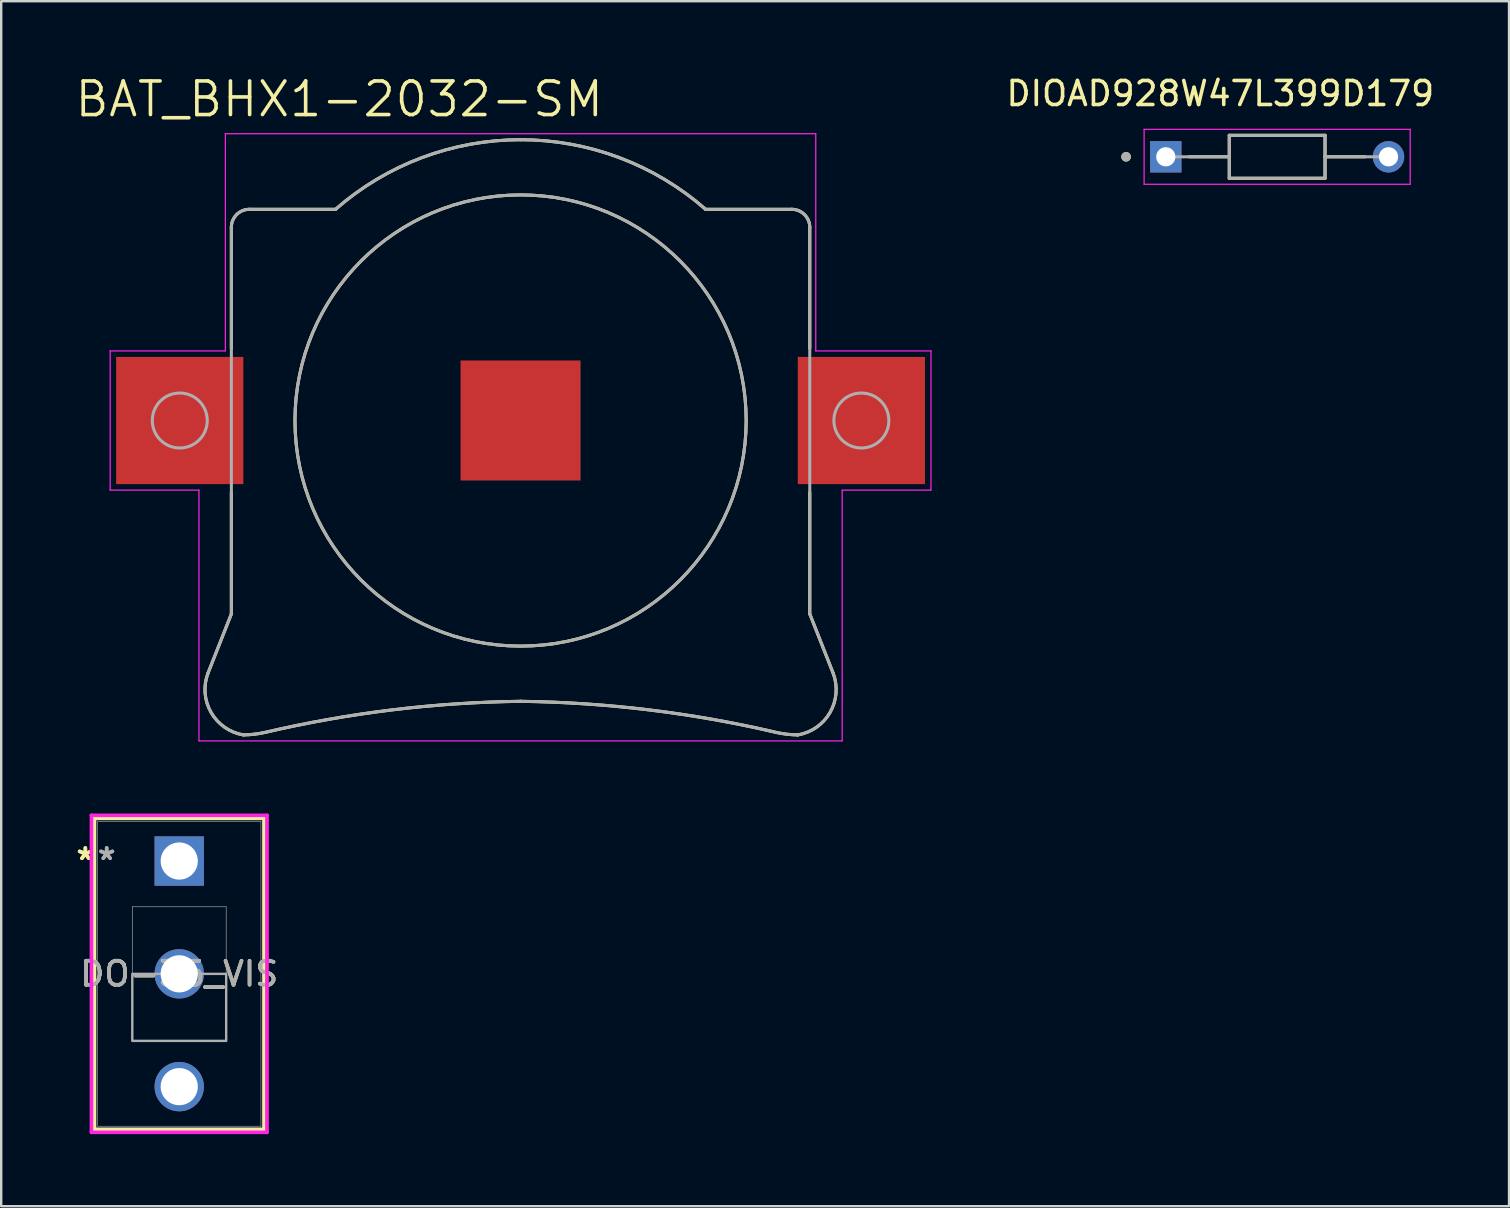
<source format=kicad_pcb>
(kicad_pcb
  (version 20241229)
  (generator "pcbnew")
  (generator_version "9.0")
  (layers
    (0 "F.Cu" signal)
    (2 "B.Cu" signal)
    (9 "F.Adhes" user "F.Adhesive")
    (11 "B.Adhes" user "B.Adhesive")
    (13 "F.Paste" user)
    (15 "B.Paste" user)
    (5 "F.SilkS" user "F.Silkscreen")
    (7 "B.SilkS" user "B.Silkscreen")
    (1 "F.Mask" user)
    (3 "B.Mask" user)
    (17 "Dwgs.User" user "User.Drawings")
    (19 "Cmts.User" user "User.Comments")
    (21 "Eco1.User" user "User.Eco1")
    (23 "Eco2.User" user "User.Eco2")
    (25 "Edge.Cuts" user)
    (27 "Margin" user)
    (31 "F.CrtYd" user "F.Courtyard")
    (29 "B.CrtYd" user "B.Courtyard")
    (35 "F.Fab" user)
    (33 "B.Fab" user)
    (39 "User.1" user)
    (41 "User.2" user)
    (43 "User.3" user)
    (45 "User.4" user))
  (footprint "DO-35_VIS"
    (layer "F.Cu")
    (at 4.418 32.826)
    (property "Reference" "DO-35_VIS" (at 0 4.7 0) (unlocked yes) (layer "F.SilkS") (effects (font (size 1 1) (thickness 0.15))))
    (attr through_hole)
    (fp_line (start -3.531 -1.777) (end -3.531 11.177) (stroke (width 0.152) (type solid)) (layer "F.SilkS"))
    (fp_line (start -3.531 11.177) (end 3.531 11.177) (stroke (width 0.152) (type solid)) (layer "F.SilkS"))
    (fp_line (start 3.531 -1.777) (end -3.531 -1.777) (stroke (width 0.152) (type solid)) (layer "F.SilkS"))
    (fp_line (start 3.531 11.177) (end 3.531 -1.777) (stroke (width 0.152) (type solid)) (layer "F.SilkS"))
    (fp_line (start -3.658 -1.904) (end -3.658 11.304) (stroke (width 0.152) (type solid)) (layer "F.CrtYd"))
    (fp_line (start -3.658 11.304) (end 3.658 11.304) (stroke (width 0.152) (type solid)) (layer "F.CrtYd"))
    (fp_line (start 3.658 -1.904) (end -3.658 -1.904) (stroke (width 0.152) (type solid)) (layer "F.CrtYd"))
    (fp_line (start 3.658 11.304) (end 3.658 -1.904) (stroke (width 0.152) (type solid)) (layer "F.CrtYd"))
    (fp_line (start -3.404 -1.65) (end -3.404 11.05) (stroke (width 0.025) (type solid)) (layer "F.Fab"))
    (fp_line (start -3.404 11.05) (end 3.404 11.05) (stroke (width 0.025) (type solid)) (layer "F.Fab"))
    (fp_line (start -1.956 1.906) (end 1.956 1.906) (stroke (width 0.025) (type solid)) (layer "F.Fab"))
    (fp_line (start -1.956 7.494) (end -1.956 1.906) (stroke (width 0.025) (type solid)) (layer "F.Fab"))
    (fp_line (start 1.956 1.906) (end 1.956 7.494) (stroke (width 0.025) (type solid)) (layer "F.Fab"))
    (fp_line (start 1.956 7.494) (end -1.956 7.494) (stroke (width 0.025) (type solid)) (layer "F.Fab"))
    (fp_line (start 3.404 -1.65) (end -3.404 -1.65) (stroke (width 0.025) (type solid)) (layer "F.Fab"))
    (fp_line (start 3.404 11.05) (end 3.404 -1.65) (stroke (width 0.025) (type solid)) (layer "F.Fab"))
    (fp_poly (pts (xy -1.956 7.494) (xy -1.956 4.7) (xy 1.956 4.7) (xy 1.956 7.494)) (stroke (width 0.1) (type solid)) (fill no) (layer "F.Fab"))
    (fp_text user "*" (at -3.912 0 0) (layer "F.SilkS") (effects (font (size 1 1) (thickness 0.15))))
    (fp_text user "*" (at -3.912 0 0) (unlocked yes) (layer "F.SilkS") (effects (font (size 1 1) (thickness 0.15))))
    (fp_text user "${REFERENCE}" (at 0 4.7 0) (unlocked yes) (layer "F.Fab") (effects (font (size 1 1) (thickness 0.15))))
    (fp_text user "*" (at -3.023 0 0) (unlocked yes) (layer "F.Fab") (effects (font (size 1 1) (thickness 0.15))))
    (fp_text user "*" (at -3.023 0 0) (layer "F.Fab") (effects (font (size 1 1) (thickness 0.15))))
    (pad "1" thru_hole rect (at 0 0) (size 2.057 2.057) (drill 1.549) (layers "*.Cu" "*.Mask"))
    (pad "2" thru_hole circle (at 0 4.7) (size 2.057 2.057) (drill 1.549) (layers "*.Cu" "*.Mask"))
    (pad "3" thru_hole circle (at 0 9.4) (size 2.057 2.057) (drill 1.549) (layers "*.Cu" "*.Mask")))
  (footprint "BAT_BHX1-2032-SM"
    (layer "F.Cu")
    (at 18.64 14.471)
    (property "Reference" "BAT_BHX1-2032-SM" (at -7.555 -13.389 0) (layer "F.SilkS") (effects (font (size 1.4 1.4) (thickness 0.15))))
    (attr smd)
    (fp_line (start -13.029 10.54) (end -12.05 8.058) (stroke (width 0.127) (type solid)) (layer "F.SilkS"))
    (fp_line (start -12.05 -8.05) (end -12.05 -3) (stroke (width 0.127) (type solid)) (layer "F.SilkS"))
    (fp_line (start -12.05 8.058) (end -12.05 3) (stroke (width 0.127) (type solid)) (layer "F.SilkS"))
    (fp_line (start -7.71 -8.8) (end -11.3 -8.8) (stroke (width 0.127) (type solid)) (layer "F.SilkS"))
    (fp_line (start 7.71 -8.8) (end 11.3 -8.8) (stroke (width 0.127) (type solid)) (layer "F.SilkS"))
    (fp_line (start 12.05 -8.05) (end 12.05 -3) (stroke (width 0.127) (type solid)) (layer "F.SilkS"))
    (fp_line (start 12.05 8.058) (end 12.05 3) (stroke (width 0.127) (type solid)) (layer "F.SilkS"))
    (fp_line (start 13.029 10.54) (end 12.05 8.058) (stroke (width 0.127) (type solid)) (layer "F.SilkS"))
    (fp_arc (start -12.05 -8.05) (mid -11.83033 -8.58033) (end -11.3 -8.8) (stroke (width 0.127) (type solid)) (layer "F.SilkS"))
    (fp_arc (start -11.55 13.100001) (mid -12.892744 12.168346) (end -13.0286 10.5397) (stroke (width 0.127) (type solid)) (layer "F.SilkS"))
    (fp_arc (start -10.67 13) (mid -11.107487 13.072111) (end -11.55 13.1) (stroke (width 0.127) (type solid)) (layer "F.SilkS"))
    (fp_arc (start -10.67 13) (mid -5.370379 12.059617) (end 0 11.7) (stroke (width 0.127) (type solid)) (layer "F.SilkS"))
    (fp_arc (start -7.71 -8.8) (mid -4.118548 -10.950673) (end 0 -11.7) (stroke (width 0.127) (type solid)) (layer "F.SilkS"))
    (fp_arc (start 0 -11.7) (mid 4.118749 -10.951208) (end 7.71 -8.8) (stroke (width 0.127) (type solid)) (layer "F.SilkS"))
    (fp_arc (start 0 11.7) (mid 5.370379 12.059617) (end 10.67 13) (stroke (width 0.127) (type solid)) (layer "F.SilkS"))
    (fp_arc (start 11.3 -8.8) (mid 11.83033 -8.58033) (end 12.05 -8.05) (stroke (width 0.127) (type solid)) (layer "F.SilkS"))
    (fp_arc (start 11.55 13.1) (mid 11.107487 13.072111) (end 10.67 13) (stroke (width 0.127) (type solid)) (layer "F.SilkS"))
    (fp_arc (start 13.0286 10.5397) (mid 12.892744 12.168346) (end 11.55 13.100001) (stroke (width 0.127) (type solid)) (layer "F.SilkS"))
    (fp_circle (center 0 0) (end 9.4 0) (stroke (width 0.127) (type solid)) (fill no) (layer "F.SilkS"))
    (fp_line (start -17.1 -2.9) (end -17.1 2.9) (stroke (width 0.05) (type solid)) (layer "F.CrtYd"))
    (fp_line (start -17.1 2.9) (end -13.4 2.9) (stroke (width 0.05) (type solid)) (layer "F.CrtYd"))
    (fp_line (start -13.4 2.9) (end -13.4 13.35) (stroke (width 0.05) (type solid)) (layer "F.CrtYd"))
    (fp_line (start -13.4 13.35) (end 13.4 13.35) (stroke (width 0.05) (type solid)) (layer "F.CrtYd"))
    (fp_line (start -12.3 -11.95) (end -12.3 -2.9) (stroke (width 0.05) (type solid)) (layer "F.CrtYd"))
    (fp_line (start -12.3 -2.9) (end -17.1 -2.9) (stroke (width 0.05) (type solid)) (layer "F.CrtYd"))
    (fp_line (start 12.3 -11.95) (end -12.3 -11.95) (stroke (width 0.05) (type solid)) (layer "F.CrtYd"))
    (fp_line (start 12.3 -2.9) (end 12.3 -11.95) (stroke (width 0.05) (type solid)) (layer "F.CrtYd"))
    (fp_line (start 13.4 2.9) (end 17.1 2.9) (stroke (width 0.05) (type solid)) (layer "F.CrtYd"))
    (fp_line (start 13.4 13.35) (end 13.4 2.9) (stroke (width 0.05) (type solid)) (layer "F.CrtYd"))
    (fp_line (start 17.1 -2.9) (end 12.3 -2.9) (stroke (width 0.05) (type solid)) (layer "F.CrtYd"))
    (fp_line (start 17.1 2.9) (end 17.1 -2.9) (stroke (width 0.05) (type solid)) (layer "F.CrtYd"))
    (fp_line (start -13.029 10.54) (end -12.05 8.058) (stroke (width 0.127) (type solid)) (layer "F.Fab"))
    (fp_line (start -12.05 -8.05) (end -12.05 8.058) (stroke (width 0.127) (type solid)) (layer "F.Fab"))
    (fp_line (start -7.71 -8.8) (end -11.3 -8.8) (stroke (width 0.127) (type solid)) (layer "F.Fab"))
    (fp_line (start 11.3 -8.8) (end 7.71 -8.8) (stroke (width 0.127) (type solid)) (layer "F.Fab"))
    (fp_line (start 12.05 8.058) (end 12.05 -8.05) (stroke (width 0.127) (type solid)) (layer "F.Fab"))
    (fp_line (start 13.029 10.54) (end 12.05 8.058) (stroke (width 0.127) (type solid)) (layer "F.Fab"))
    (fp_arc (start -12.05 -8.05) (mid -11.83033 -8.58033) (end -11.3 -8.8) (stroke (width 0.127) (type solid)) (layer "F.Fab"))
    (fp_arc (start -11.55 13.100001) (mid -12.892744 12.168346) (end -13.0286 10.5397) (stroke (width 0.127) (type solid)) (layer "F.Fab"))
    (fp_arc (start -10.67 13) (mid -11.107487 13.072111) (end -11.55 13.1) (stroke (width 0.127) (type solid)) (layer "F.Fab"))
    (fp_arc (start -10.67 13) (mid -5.370379 12.059617) (end 0 11.7) (stroke (width 0.127) (type solid)) (layer "F.Fab"))
    (fp_arc (start -7.71 -8.8) (mid -4.118614 -10.950849) (end 0 -11.7) (stroke (width 0.127) (type solid)) (layer "F.Fab"))
    (fp_arc (start 0 -11.7) (mid 4.118744 -10.951194) (end 7.71 -8.8) (stroke (width 0.127) (type solid)) (layer "F.Fab"))
    (fp_arc (start 0 11.7) (mid 5.370379 12.059617) (end 10.67 13) (stroke (width 0.127) (type solid)) (layer "F.Fab"))
    (fp_arc (start 11.3 -8.8) (mid 11.83033 -8.58033) (end 12.05 -8.05) (stroke (width 0.127) (type solid)) (layer "F.Fab"))
    (fp_arc (start 11.55 13.1) (mid 11.107487 13.072111) (end 10.67 13) (stroke (width 0.127) (type solid)) (layer "F.Fab"))
    (fp_arc (start 13.0286 10.5397) (mid 12.892744 12.168346) (end 11.55 13.100001) (stroke (width 0.127) (type solid)) (layer "F.Fab"))
    (fp_circle (center -14.2 0) (end -13.055 0) (stroke (width 0.127) (type solid)) (fill no) (layer "F.Fab"))
    (fp_circle (center 0 0) (end 9.4 0) (stroke (width 0.127) (type solid)) (fill no) (layer "F.Fab"))
    (fp_circle (center 14.2 0) (end 15.345 0) (stroke (width 0.127) (type solid)) (fill no) (layer "F.Fab"))
    (pad "-" smd rect (at 0 0) (size 5 5) (layers "F.Cu" "F.Mask"))
    (pad "S+1" smd rect (at -14.2 0) (size 5.3 5.3) (layers "F.Cu" "F.Mask" "F.Paste"))
    (pad "S+2" smd rect (at 14.2 0) (size 5.3 5.3) (layers "F.Cu" "F.Mask" "F.Paste")))
  (footprint "DIOAD928W47L399D179"
    (layer "F.Cu")
    (at 50.164 3.483)
    (property "Reference" "DIOAD928W47L399D179" (at -2.369 -2.635 0) (layer "F.SilkS") (effects (font (size 1 1) (thickness 0.15))))
    (attr through_hole)
    (fp_line (start -1.995 -0.895) (end -1.995 0) (stroke (width 0.127) (type solid)) (layer "F.SilkS"))
    (fp_line (start -1.995 0) (end -3.666 0) (stroke (width 0.127) (type solid)) (layer "F.SilkS"))
    (fp_line (start -1.995 0) (end -1.995 0.895) (stroke (width 0.127) (type solid)) (layer "F.SilkS"))
    (fp_line (start -1.995 0.895) (end 1.995 0.895) (stroke (width 0.127) (type solid)) (layer "F.SilkS"))
    (fp_line (start 1.995 -0.895) (end -1.995 -0.895) (stroke (width 0.127) (type solid)) (layer "F.SilkS"))
    (fp_line (start 1.995 0) (end 1.995 -0.895) (stroke (width 0.127) (type solid)) (layer "F.SilkS"))
    (fp_line (start 1.995 0) (end 3.666 0) (stroke (width 0.127) (type solid)) (layer "F.SilkS"))
    (fp_line (start 1.995 0.895) (end 1.995 0) (stroke (width 0.127) (type solid)) (layer "F.SilkS"))
    (fp_circle (center -6.294 0) (end -6.194 0) (stroke (width 0.2) (type solid)) (fill no) (layer "F.SilkS"))
    (fp_line (start -5.544 -1.145) (end -5.544 1.145) (stroke (width 0.05) (type solid)) (layer "F.CrtYd"))
    (fp_line (start -5.544 1.145) (end 5.544 1.145) (stroke (width 0.05) (type solid)) (layer "F.CrtYd"))
    (fp_line (start 5.544 -1.145) (end -5.544 -1.145) (stroke (width 0.05) (type solid)) (layer "F.CrtYd"))
    (fp_line (start 5.544 1.145) (end 5.544 -1.145) (stroke (width 0.05) (type solid)) (layer "F.CrtYd"))
    (fp_line (start -1.995 -0.895) (end -1.995 0) (stroke (width 0.127) (type solid)) (layer "F.Fab"))
    (fp_line (start -1.995 0) (end -4.64 0) (stroke (width 0.127) (type solid)) (layer "F.Fab"))
    (fp_line (start -1.995 0) (end -1.995 0.895) (stroke (width 0.127) (type solid)) (layer "F.Fab"))
    (fp_line (start -1.995 0.895) (end 1.995 0.895) (stroke (width 0.127) (type solid)) (layer "F.Fab"))
    (fp_line (start 1.995 -0.895) (end -1.995 -0.895) (stroke (width 0.127) (type solid)) (layer "F.Fab"))
    (fp_line (start 1.995 0) (end 1.995 -0.895) (stroke (width 0.127) (type solid)) (layer "F.Fab"))
    (fp_line (start 1.995 0) (end 4.64 0) (stroke (width 0.127) (type solid)) (layer "F.Fab"))
    (fp_line (start 1.995 0.895) (end 1.995 0) (stroke (width 0.127) (type solid)) (layer "F.Fab"))
    (fp_circle (center -6.294 0) (end -6.194 0) (stroke (width 0.2) (type solid)) (fill no) (layer "F.Fab"))
    (pad "A" thru_hole circle (at 4.64 0) (size 1.308 1.308) (drill 0.8) (layers "*.Cu" "*.Mask"))
    (pad "C" thru_hole rect (at -4.64 0) (size 1.308 1.308) (drill 0.8) (layers "*.Cu" "*.Mask")))
  (gr_rect
    (start -3 -3)
    (end 59.825 47.207)
    (stroke (width 0.1) (type default))
    (fill no)
    (layer "Edge.Cuts")))
</source>
